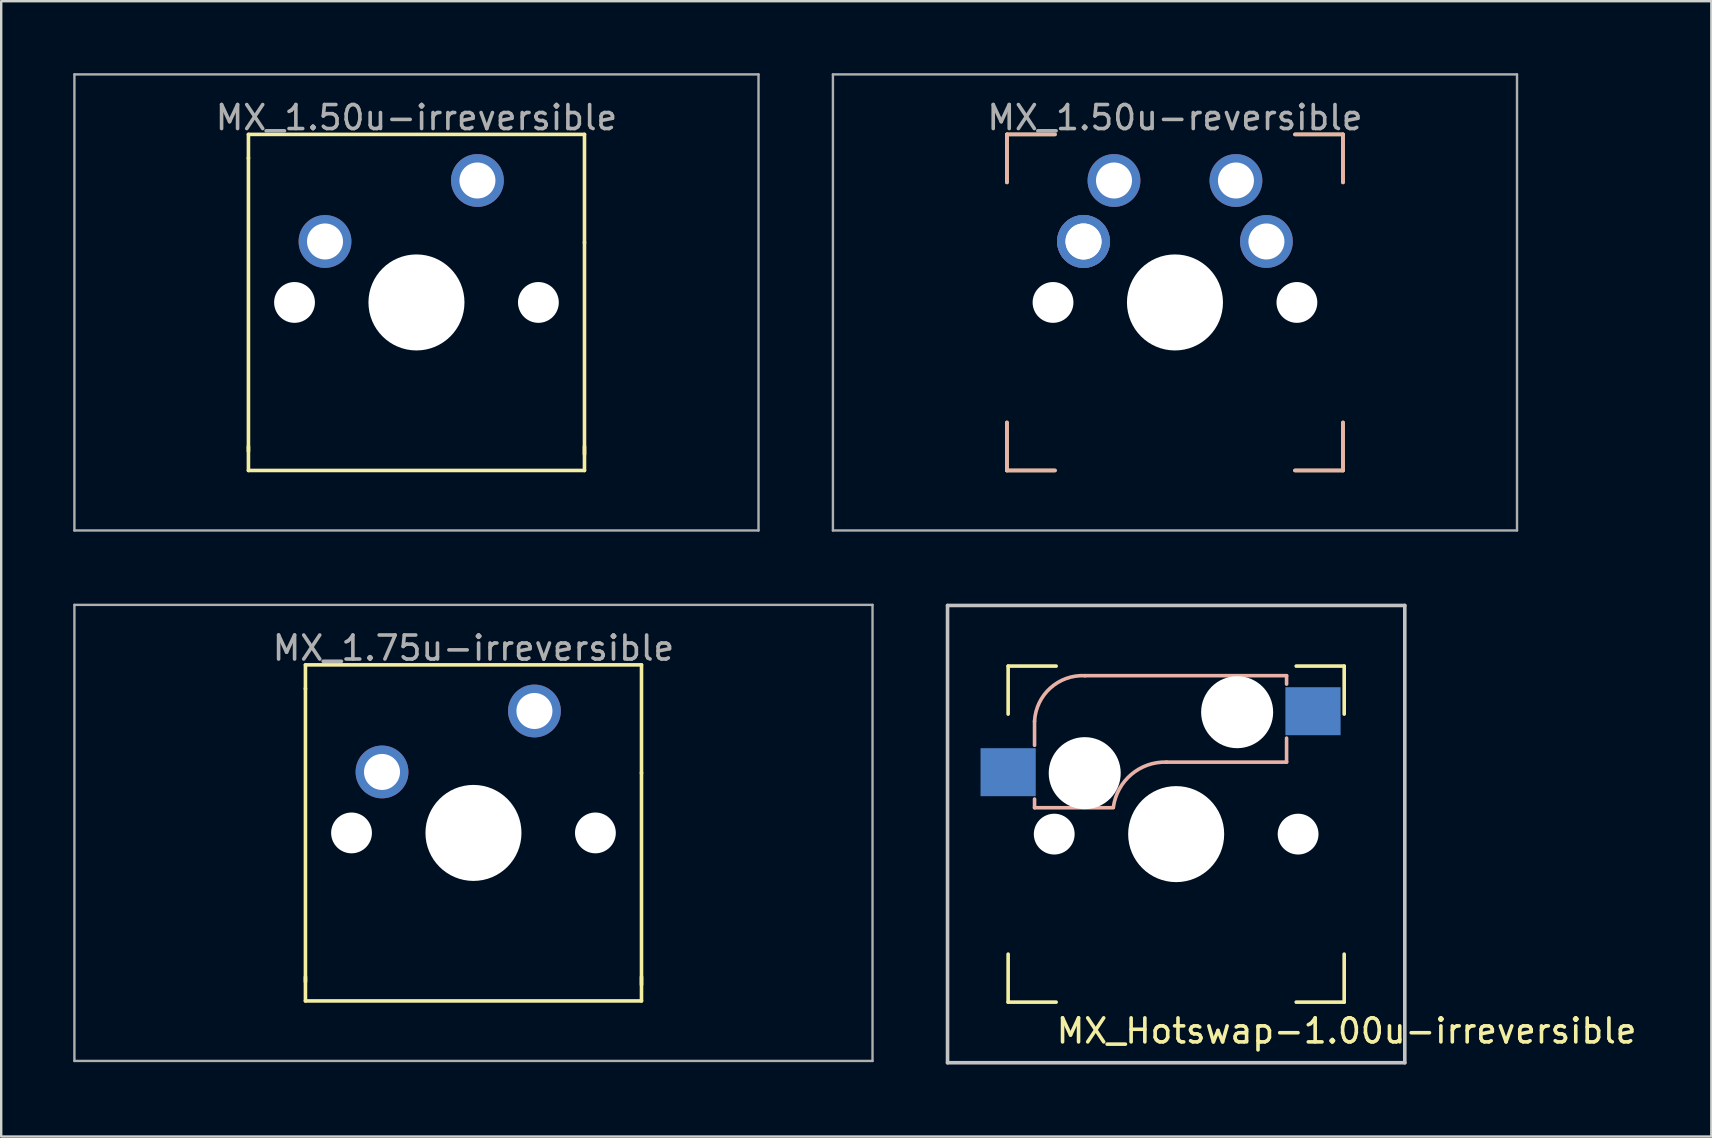
<source format=kicad_pcb>
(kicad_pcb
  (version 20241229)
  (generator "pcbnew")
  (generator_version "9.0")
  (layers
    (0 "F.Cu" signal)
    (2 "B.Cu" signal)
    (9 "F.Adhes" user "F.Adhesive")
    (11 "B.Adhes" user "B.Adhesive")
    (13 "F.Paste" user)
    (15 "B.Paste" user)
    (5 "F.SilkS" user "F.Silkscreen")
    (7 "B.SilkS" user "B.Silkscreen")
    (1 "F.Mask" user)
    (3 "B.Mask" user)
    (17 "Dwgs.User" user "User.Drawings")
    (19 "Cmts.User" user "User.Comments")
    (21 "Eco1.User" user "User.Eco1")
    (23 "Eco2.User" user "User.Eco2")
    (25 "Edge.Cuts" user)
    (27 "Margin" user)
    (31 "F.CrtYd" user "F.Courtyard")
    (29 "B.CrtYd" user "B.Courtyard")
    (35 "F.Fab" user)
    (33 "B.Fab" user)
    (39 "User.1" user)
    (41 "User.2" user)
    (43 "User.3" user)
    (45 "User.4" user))
  (footprint "MX_1.75u-irreversible"
    (layer "F.Cu")
    (at 16.675 31.65)
    (property "Reference" "MX_1.75u-irreversible" (at 0 -7.7 0) (layer "F.Fab") (effects (font (size 1 1) (thickness 0.15))))
    (attr through_hole)
    (fp_line (start -7 -7) (end 7 -7) (stroke (width 0.15) (type solid)) (layer "F.SilkS"))
    (fp_line (start -7 -6.02) (end -7 6.198) (stroke (width 0.15) (type solid)) (layer "F.SilkS"))
    (fp_line (start -7 -6) (end -7 -7) (stroke (width 0.15) (type solid)) (layer "F.SilkS"))
    (fp_line (start -7 7) (end -7 6) (stroke (width 0.15) (type solid)) (layer "F.SilkS"))
    (fp_line (start -7 7) (end 7 7) (stroke (width 0.15) (type solid)) (layer "F.SilkS"))
    (fp_line (start 7 -2.5) (end 7 6.325) (stroke (width 0.15) (type solid)) (layer "F.SilkS"))
    (fp_line (start 7 -2.489) (end 7 -7) (stroke (width 0.15) (type solid)) (layer "F.SilkS"))
    (fp_line (start 7 7) (end 7 6) (stroke (width 0.15) (type solid)) (layer "F.SilkS"))
    (fp_line (start -16.625 -9.5) (end 16.625 -9.5) (stroke (width 0.1) (type solid)) (layer "F.Fab"))
    (fp_line (start -16.625 9.5) (end -16.625 -9.5) (stroke (width 0.1) (type solid)) (layer "F.Fab"))
    (fp_line (start 16.625 -9.5) (end 16.625 9.5) (stroke (width 0.1) (type solid)) (layer "F.Fab"))
    (fp_line (start 16.625 9.5) (end -16.625 9.5) (stroke (width 0.1) (type solid)) (layer "F.Fab"))
    (pad "" np_thru_hole circle (at -5.08 0) (size 1.7 1.7) (drill 1.7) (layers "*.Cu" "*.Mask"))
    (pad "" np_thru_hole circle (at 0 0) (size 4 4) (drill 4) (layers "*.Cu" "*.Mask"))
    (pad "" np_thru_hole circle (at 5.08 0) (size 1.7 1.7) (drill 1.7) (layers "*.Cu" "*.Mask"))
    (pad "1" thru_hole circle (at -3.81 -2.54) (size 2.2 2.2) (drill 1.5) (layers "*.Cu" "*.Mask"))
    (pad "2" thru_hole circle (at 2.54 -5.08) (size 2.2 2.2) (drill 1.5) (layers "*.Cu" "*.Mask")))
  (footprint "MX_1.50u-irreversible"
    (layer "F.Cu")
    (at 14.3 9.55)
    (property "Reference" "MX_1.50u-irreversible" (at 0 -7.7 0) (layer "F.Fab") (effects (font (size 1 1) (thickness 0.15))))
    (attr through_hole)
    (fp_line (start -7 -7) (end 7 -7) (stroke (width 0.15) (type solid)) (layer "F.SilkS"))
    (fp_line (start -7 -6.02) (end -7 6.198) (stroke (width 0.15) (type solid)) (layer "F.SilkS"))
    (fp_line (start -7 -6) (end -7 -7) (stroke (width 0.15) (type solid)) (layer "F.SilkS"))
    (fp_line (start -7 7) (end -7 6) (stroke (width 0.15) (type solid)) (layer "F.SilkS"))
    (fp_line (start -7 7) (end 7 7) (stroke (width 0.15) (type solid)) (layer "F.SilkS"))
    (fp_line (start 7 -2.5) (end 7 6.325) (stroke (width 0.15) (type solid)) (layer "F.SilkS"))
    (fp_line (start 7 -2.489) (end 7 -7) (stroke (width 0.15) (type solid)) (layer "F.SilkS"))
    (fp_line (start 7 7) (end 7 6) (stroke (width 0.15) (type solid)) (layer "F.SilkS"))
    (fp_line (start -14.25 -9.5) (end 14.25 -9.5) (stroke (width 0.1) (type solid)) (layer "F.Fab"))
    (fp_line (start -14.25 9.5) (end -14.25 -9.5) (stroke (width 0.1) (type solid)) (layer "F.Fab"))
    (fp_line (start 14.25 -9.5) (end 14.25 9.5) (stroke (width 0.1) (type solid)) (layer "F.Fab"))
    (fp_line (start 14.25 9.5) (end -14.25 9.5) (stroke (width 0.1) (type solid)) (layer "F.Fab"))
    (pad "" np_thru_hole circle (at -5.08 0) (size 1.7 1.7) (drill 1.7) (layers "*.Cu" "*.Mask"))
    (pad "" np_thru_hole circle (at 0 0) (size 4 4) (drill 4) (layers "*.Cu" "*.Mask"))
    (pad "" np_thru_hole circle (at 5.08 0) (size 1.7 1.7) (drill 1.7) (layers "*.Cu" "*.Mask"))
    (pad "1" thru_hole circle (at -3.81 -2.54) (size 2.2 2.2) (drill 1.5) (layers "*.Cu" "*.Mask"))
    (pad "2" thru_hole circle (at 2.54 -5.08) (size 2.2 2.2) (drill 1.5) (layers "*.Cu" "*.Mask")))
  (footprint "MX_1.50u-reversible"
    (layer "F.Cu")
    (at 45.9 9.55)
    (property "Reference" "MX_1.50u-reversible" (at 0 -7.7 0) (layer "F.Fab") (effects (font (size 1 1) (thickness 0.15))))
    (attr through_hole)
    (fp_line (start -7 -7) (end -5 -7) (stroke (width 0.15) (type solid)) (layer "F.SilkS"))
    (fp_line (start -7 -5) (end -7 -7) (stroke (width 0.15) (type solid)) (layer "F.SilkS"))
    (fp_line (start -7 7) (end -7 5) (stroke (width 0.15) (type solid)) (layer "F.SilkS"))
    (fp_line (start -7 7) (end -5 7) (stroke (width 0.15) (type solid)) (layer "F.SilkS"))
    (fp_line (start 7 -7) (end 5 -7) (stroke (width 0.15) (type solid)) (layer "F.SilkS"))
    (fp_line (start 7 -5) (end 7 -7) (stroke (width 0.15) (type solid)) (layer "F.SilkS"))
    (fp_line (start 7 7) (end 5 7) (stroke (width 0.15) (type solid)) (layer "F.SilkS"))
    (fp_line (start 7 7) (end 7 5) (stroke (width 0.15) (type solid)) (layer "F.SilkS"))
    (fp_line (start -7 -7) (end -5 -7) (stroke (width 0.15) (type solid)) (layer "B.SilkS"))
    (fp_line (start -7 -5) (end -7 -7) (stroke (width 0.15) (type solid)) (layer "B.SilkS"))
    (fp_line (start -7 7) (end -7 5) (stroke (width 0.15) (type solid)) (layer "B.SilkS"))
    (fp_line (start -7 7) (end -5 7) (stroke (width 0.15) (type solid)) (layer "B.SilkS"))
    (fp_line (start 7 -7) (end 5 -7) (stroke (width 0.15) (type solid)) (layer "B.SilkS"))
    (fp_line (start 7 -5) (end 7 -7) (stroke (width 0.15) (type solid)) (layer "B.SilkS"))
    (fp_line (start 7 7) (end 5 7) (stroke (width 0.15) (type solid)) (layer "B.SilkS"))
    (fp_line (start 7 7) (end 7 5) (stroke (width 0.15) (type solid)) (layer "B.SilkS"))
    (fp_line (start -14.25 -9.5) (end 14.25 -9.5) (stroke (width 0.1) (type solid)) (layer "F.Fab"))
    (fp_line (start -14.25 9.5) (end -14.25 -9.5) (stroke (width 0.1) (type solid)) (layer "F.Fab"))
    (fp_line (start 14.25 -9.5) (end 14.25 9.5) (stroke (width 0.1) (type solid)) (layer "F.Fab"))
    (fp_line (start 14.25 9.5) (end -14.25 9.5) (stroke (width 0.1) (type solid)) (layer "F.Fab"))
    (pad "" np_thru_hole circle (at -5.08 0) (size 1.7 1.7) (drill 1.7) (layers "*.Cu" "*.Mask"))
    (pad "" np_thru_hole circle (at 0 0) (size 4 4) (drill 4) (layers "*.Cu" "*.Mask"))
    (pad "" np_thru_hole circle (at 5.08 0) (size 1.7 1.7) (drill 1.7) (layers "*.Cu" "*.Mask"))
    (pad "1" thru_hole circle (at -3.81 -2.54) (size 2.2 2.2) (drill 1.5) (layers "*.Cu" "*.Mask"))
    (pad "1" thru_hole circle (at -3.81 -2.54) (size 2.2 2.2) (drill 1.5) (layers "*.Cu" "*.Mask"))
    (pad "1" thru_hole circle (at -2.54 -5.08) (size 2.2 2.2) (drill 1.5) (layers "*.Cu" "*.Mask"))
    (pad "2" thru_hole circle (at 2.54 -5.08) (size 2.2 2.2) (drill 1.5) (layers "*.Cu" "*.Mask"))
    (pad "2" thru_hole circle (at 3.81 -2.54) (size 2.2 2.2) (drill 1.5) (layers "*.Cu" "*.Mask")))
  (footprint "MX_Hotswap-1.00u-irreversible"
    (layer "F.Cu")
    (at 45.95 31.7)
    (property "Reference" "MX_Hotswap-1.00u-irreversible" (at 7.1 8.2 0) (layer "F.SilkS") (effects (font (size 1 1) (thickness 0.15))))
    (attr through_hole)
    (fp_line (start -7 -7) (end -7 -5) (stroke (width 0.15) (type solid)) (layer "F.SilkS"))
    (fp_line (start -7 -7) (end -5 -7) (stroke (width 0.15) (type solid)) (layer "F.SilkS"))
    (fp_line (start -7 7) (end -7 5) (stroke (width 0.15) (type solid)) (layer "F.SilkS"))
    (fp_line (start -7 7) (end -5 7) (stroke (width 0.15) (type solid)) (layer "F.SilkS"))
    (fp_line (start 5 -7) (end 7 -7) (stroke (width 0.15) (type solid)) (layer "F.SilkS"))
    (fp_line (start 7 -7) (end 7 -5) (stroke (width 0.15) (type solid)) (layer "F.SilkS"))
    (fp_line (start 7 5) (end 7 7) (stroke (width 0.15) (type solid)) (layer "F.SilkS"))
    (fp_line (start 7 7) (end 5 7) (stroke (width 0.15) (type solid)) (layer "F.SilkS"))
    (fp_line (start -5.9 -4.7) (end -5.9 -3.7) (stroke (width 0.15) (type solid)) (layer "B.SilkS"))
    (fp_line (start -5.9 -1.1) (end -5.9 -1.46) (stroke (width 0.15) (type solid)) (layer "B.SilkS"))
    (fp_line (start -5.9 -1.1) (end -2.62 -1.1) (stroke (width 0.15) (type solid)) (layer "B.SilkS"))
    (fp_line (start -0.4 -3) (end 4.6 -3) (stroke (width 0.15) (type solid)) (layer "B.SilkS"))
    (fp_line (start 4.6 -6.6) (end -3.8 -6.6) (stroke (width 0.15) (type solid)) (layer "B.SilkS"))
    (fp_line (start 4.6 -6.25) (end 4.6 -6.6) (stroke (width 0.15) (type solid)) (layer "B.SilkS"))
    (fp_line (start 4.6 -3) (end 4.6 -4) (stroke (width 0.15) (type solid)) (layer "B.SilkS"))
    (fp_arc (start -5.9 -4.699999) (mid -5.243504 -6.084924) (end -3.800001 -6.6) (stroke (width 0.15) (type solid)) (layer "B.SilkS"))
    (fp_arc (start -2.616318 -1.121471) (mid -1.868709 -2.486118) (end -0.4 -3) (stroke (width 0.15) (type solid)) (layer "B.SilkS"))
    (fp_line (start -9.525 -9.525) (end 9.525 -9.525) (stroke (width 0.15) (type solid)) (layer "Dwgs.User"))
    (fp_line (start -9.525 9.525) (end -9.525 -9.525) (stroke (width 0.15) (type solid)) (layer "Dwgs.User"))
    (fp_line (start 9.525 -9.525) (end 9.525 9.525) (stroke (width 0.15) (type solid)) (layer "Dwgs.User"))
    (fp_line (start 9.525 9.525) (end -9.525 9.525) (stroke (width 0.15) (type solid)) (layer "Dwgs.User"))
    (pad "" np_thru_hole circle (at -5.08 0) (size 1.7 1.7) (drill 1.7) (layers "*.Cu" "*.Mask"))
    (pad "" np_thru_hole circle (at -3.81 -2.54 180) (size 3 3) (drill 3) (layers "*.Cu" "*.Mask"))
    (pad "" np_thru_hole circle (at 0 0 90) (size 4 4) (drill 4) (layers "*.Cu" "*.Mask"))
    (pad "" np_thru_hole circle (at 2.54 -5.08 180) (size 3 3) (drill 3) (layers "*.Cu" "*.Mask"))
    (pad "" np_thru_hole circle (at 5.08 0) (size 1.7 1.7) (drill 1.7) (layers "*.Cu" "*.Mask"))
    (pad "1" smd rect (at -7 -2.58 180) (size 2.3 2) (layers "B.Cu" "B.Mask" "B.Paste"))
    (pad "2" smd rect (at 5.7 -5.12 180) (size 2.3 2) (layers "B.Cu" "B.Mask" "B.Paste")))
  (gr_rect
    (start -3 -3)
    (end 68.246 44.3)
    (stroke (width 0.1) (type default))
    (fill no)
    (layer "Edge.Cuts")))
</source>
